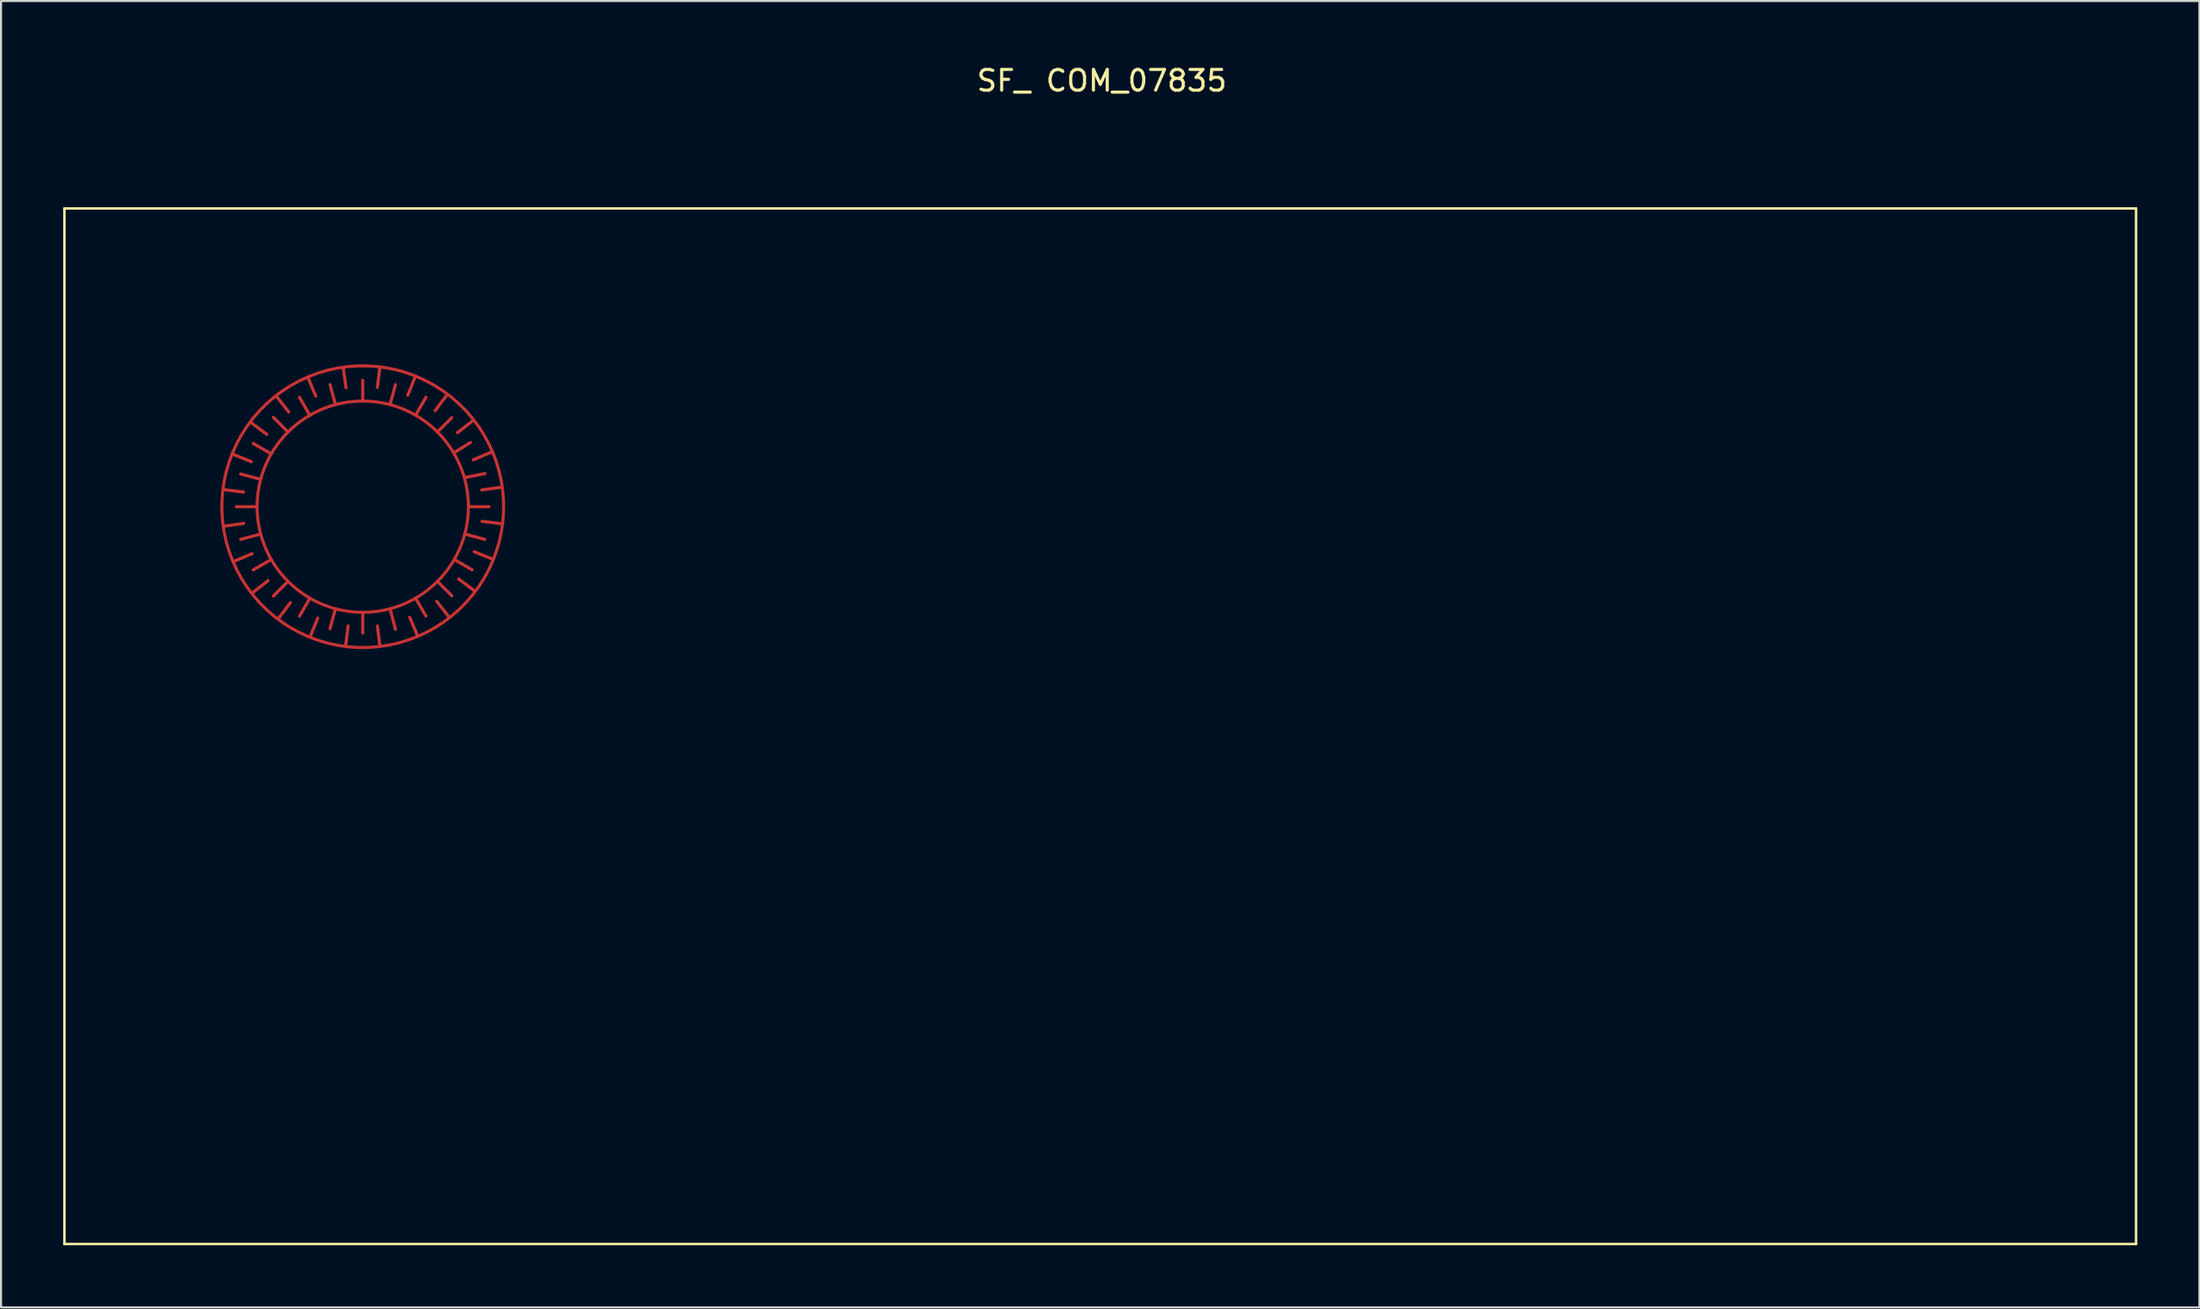
<source format=kicad_pcb>
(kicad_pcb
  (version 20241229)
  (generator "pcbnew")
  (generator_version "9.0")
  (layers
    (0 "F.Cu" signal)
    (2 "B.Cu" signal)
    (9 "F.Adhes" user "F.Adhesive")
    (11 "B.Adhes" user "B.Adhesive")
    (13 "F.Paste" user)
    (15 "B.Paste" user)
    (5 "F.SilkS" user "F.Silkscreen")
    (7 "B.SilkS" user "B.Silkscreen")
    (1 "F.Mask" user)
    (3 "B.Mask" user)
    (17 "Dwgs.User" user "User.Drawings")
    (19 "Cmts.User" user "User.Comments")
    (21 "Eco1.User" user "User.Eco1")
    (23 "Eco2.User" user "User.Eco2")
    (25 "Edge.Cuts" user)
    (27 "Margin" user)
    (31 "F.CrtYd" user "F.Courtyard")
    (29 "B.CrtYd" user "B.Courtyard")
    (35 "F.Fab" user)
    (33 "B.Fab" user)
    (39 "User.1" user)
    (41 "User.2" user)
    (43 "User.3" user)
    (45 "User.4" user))
  (footprint "SF_ COM_07835"
    (layer "F.Cu")
    (at 50.06 32.014)
    (property "Reference" "SF_ COM_07835" (at 0.076 -31.166 0) (layer "F.SilkS") (effects (font (size 1 1) (thickness 0.15))))
    (attr through_hole)
    (fp_line (start -50 -25) (end 50 -25) (stroke (width 0.12) (type solid)) (layer "F.SilkS"))
    (fp_line (start -50 25) (end -50 -25) (stroke (width 0.12) (type solid)) (layer "F.SilkS"))
    (fp_line (start 50 -25) (end 50 25) (stroke (width 0.12) (type solid)) (layer "F.SilkS"))
    (fp_line (start 50 25) (end -50 25) (stroke (width 0.12) (type solid)) (layer "F.SilkS"))
    (pad "1" smd custom (at -35.6 -15.7) (size 0.15 0.15) (layers "F.Cu" "F.Mask" "F.Paste") (options (anchor circle)) (primitives (gr_circle (center 0 5.1) (end 5.1 5.1) (width 0.15) (fill no)) (gr_line (start 0 0) (end 0 -1) (width 0.15)) (gr_line (start 0 10.2) (end 0 11.2) (width 0.15)) (gr_line (start 5.1 5.1) (end 6.1 5.1) (width 0.15)) (gr_line (start -5.1 5.1) (end -6.1 5.1) (width 0.15)) (gr_line (start 1.319 10.026) (end 1.579 11.019) (width 0.15)) (gr_line (start 2.55 9.517) (end 3.05 10.382) (width 0.15)) (gr_line (start 3.6 8.7) (end 4.3 9.4) (width 0.15)) (gr_line (start 4.417 7.65) (end 5.283 8.15) (width 0.15)) (gr_line (start 4.926 6.42) (end 5.892 6.679) (width 0.15)) (gr_line (start 4.9 3.7) (end 5.9 3.5) (width 0.15)) (gr_line (start 4.4 2.5) (end 5.2 2) (width 0.15)) (gr_line (start 3.6 1.5) (end 4.3 0.8) (width 0.15)) (gr_line (start 2.55 0.683) (end 3.05 -0.182) (width 0.15)) (gr_line (start 1.319 0.174) (end 1.579 -0.792) (width 0.15)) (gr_line (start -1.319 0.174) (end -1.579 -0.792) (width 0.15)) (gr_line (start -2.55 0.7) (end -3.05 -0.18) (width 0.15)) (gr_line (start -3.606 1.494) (end -4.313 0.787) (width 0.15)) (gr_line (start -4.416 2.55) (end -5.282 2.05) (width 0.15)) (gr_line (start -4.926 3.78) (end -5.892 3.521) (width 0.15)) (gr_line (start -4.926 6.419) (end -5.892 6.679) (width 0.15)) (gr_line (start -4.416 7.65) (end -5.283 8.15) (width 0.15)) (gr_line (start -3.606 8.706) (end -4.313 9.413) (width 0.15)) (gr_line (start -2.55 9.517) (end -3.05 10.382) (width 0.15)) (gr_line (start -1.319 10.026) (end -1.579 10.992) (width 0.15))))
    (pad "2" smd custom (at -35.6 -17.4) (size 0.15 0.15) (layers "F.Cu" "F.Mask" "F.Paste") (options (anchor circle)) (primitives (gr_circle (center 0 6.8) (end 6.8 6.8) (width 0.15) (fill no)) (gr_line (start 0.829 13.549) (end 0.707 12.557) (width 0.15)) (gr_line (start 2.657 13.059) (end 2.266 12.139) (width 0.15)) (gr_line (start 4.186 12.158) (end 3.571 11.37) (width 0.15)) (gr_line (start 5.431 10.892) (end 4.632 10.291) (width 0.15)) (gr_line (start 6.305 9.347) (end 5.378 8.973) (width 0.15)) (gr_line (start 6.749 7.629) (end 5.757 7.507) (width 0.15)) (gr_line (start 6.734 5.854) (end 5.744 5.993) (width 0.15)) (gr_line (start 6.259 4.143) (end 5.339 4.534) (width 0.15)) (gr_line (start 5.358 2.614) (end 4.57 3.229) (width 0.15)) (gr_line (start 4.092 1.369) (end 3.491 2.168) (width 0.15)) (gr_line (start 2.547 0.495) (end 2.173 1.422) (width 0.15)) (gr_line (start 0.829 0.051) (end 0.706 1.043) (width 0.15)) (gr_line (start -0.946 0.066) (end -0.807 1.056) (width 0.15)) (gr_line (start -2.657 0.541) (end -2.266 1.461) (width 0.15)) (gr_line (start -4.186 1.442) (end -3.571 2.229) (width 0.15)) (gr_line (start -5.431 2.708) (end -4.632 3.309) (width 0.15)) (gr_line (start -6.305 4.253) (end -5.378 4.627) (width 0.15)) (gr_line (start -6.749 5.971) (end -5.757 6.093) (width 0.15)) (gr_line (start -6.734 7.746) (end -5.744 7.607) (width 0.15)) (gr_line (start -6.259 9.457) (end -5.339 9.066) (width 0.15)) (gr_line (start -5.358 10.986) (end -4.57 10.371) (width 0.15)) (gr_line (start -4.092 12.231) (end -3.491 11.432) (width 0.15)) (gr_line (start -2.547 13.105) (end -2.172 12.178) (width 0.15)) (gr_line (start -0.829 13.549) (end -0.707 12.557) (width 0.15)))))
  (gr_rect
    (start -3 -3)
    (end 103.12 60.074)
    (stroke (width 0.1) (type default))
    (fill no)
    (layer "Edge.Cuts")))
</source>
